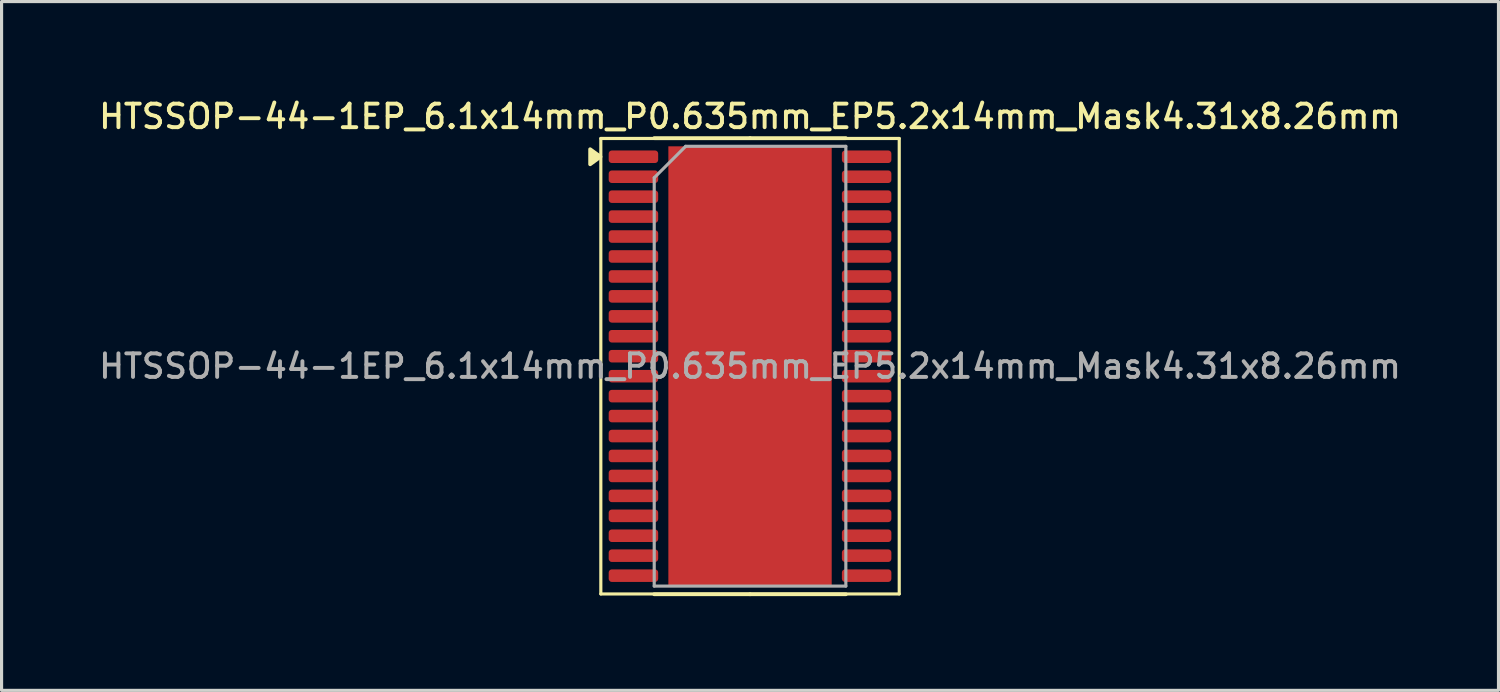
<source format=kicad_pcb>
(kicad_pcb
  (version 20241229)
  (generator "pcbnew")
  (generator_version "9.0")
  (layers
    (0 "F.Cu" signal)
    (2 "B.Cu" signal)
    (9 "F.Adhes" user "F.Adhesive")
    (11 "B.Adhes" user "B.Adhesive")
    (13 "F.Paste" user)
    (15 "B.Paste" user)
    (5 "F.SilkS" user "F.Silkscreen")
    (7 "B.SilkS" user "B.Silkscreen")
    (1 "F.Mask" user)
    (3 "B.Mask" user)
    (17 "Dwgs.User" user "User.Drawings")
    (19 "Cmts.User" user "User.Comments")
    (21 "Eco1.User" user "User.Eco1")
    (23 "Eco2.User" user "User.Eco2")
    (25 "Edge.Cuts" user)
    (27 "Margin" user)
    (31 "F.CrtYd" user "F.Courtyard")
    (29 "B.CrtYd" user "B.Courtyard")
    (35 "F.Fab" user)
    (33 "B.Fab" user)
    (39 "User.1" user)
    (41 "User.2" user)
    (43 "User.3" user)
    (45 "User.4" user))
  (footprint "HTSSOP-44-1EP_6.1x14mm_P0.635mm_EP5.2x14mm_Mask4.31x8.26mm"
    (layer "F.Cu")
    (at 20.827 8.608)
    (property "Reference" "HTSSOP-44-1EP_6.1x14mm_P0.635mm_EP5.2x14mm_Mask4.31x8.26mm" (at 0 -7.95 0) (layer "F.SilkS") (effects (font (size 0.75 0.75) (thickness 0.125))))
    (attr smd)
    (fp_line (start -4.75 -7.25) (end -4.75 7.25) (stroke (width 0.1) (type solid)) (layer "F.SilkS"))
    (fp_line (start -4.75 7.25) (end 4.75 7.25) (stroke (width 0.1) (type solid)) (layer "F.SilkS"))
    (fp_line (start 0 -7.26) (end -3.05 -7.26) (stroke (width 0.12) (type solid)) (layer "F.SilkS"))
    (fp_line (start 0 -7.26) (end 3.05 -7.26) (stroke (width 0.12) (type solid)) (layer "F.SilkS"))
    (fp_line (start 0 7.26) (end -3.05 7.26) (stroke (width 0.12) (type solid)) (layer "F.SilkS"))
    (fp_line (start 0 7.26) (end 3.05 7.26) (stroke (width 0.12) (type solid)) (layer "F.SilkS"))
    (fp_line (start 4.75 -7.25) (end -4.75 -7.25) (stroke (width 0.1) (type solid)) (layer "F.SilkS"))
    (fp_line (start 4.75 7.25) (end 4.75 -7.25) (stroke (width 0.1) (type solid)) (layer "F.SilkS"))
    (fp_poly (pts (xy -4.76 -6.668) (xy -5.09 -6.907) (xy -5.09 -6.428) (xy -4.76 -6.668)) (stroke (width 0.12) (type solid)) (fill yes) (layer "F.SilkS"))
    (fp_line (start -3.05 -6) (end -2.05 -7) (stroke (width 0.1) (type solid)) (layer "F.Fab"))
    (fp_line (start -3.05 7) (end -3.05 -6) (stroke (width 0.1) (type solid)) (layer "F.Fab"))
    (fp_line (start -2.05 -7) (end 3.05 -7) (stroke (width 0.1) (type solid)) (layer "F.Fab"))
    (fp_line (start 3.05 -7) (end 3.05 7) (stroke (width 0.1) (type solid)) (layer "F.Fab"))
    (fp_line (start 3.05 7) (end -3.05 7) (stroke (width 0.1) (type solid)) (layer "F.Fab"))
    (fp_text user "${REFERENCE}" (at 0 0 0) (layer "F.Fab") (effects (font (size 0.75 0.75) (thickness 0.125))))
    (pad "" smd roundrect (at -1.44 -3.3) (size 1.16 1.33) (layers "F.Paste") (roundrect_rratio 0.216))
    (pad "" smd roundrect (at -1.44 -1.65) (size 1.16 1.33) (layers "F.Paste") (roundrect_rratio 0.216))
    (pad "" smd roundrect (at -1.44 0) (size 1.16 1.33) (layers "F.Paste") (roundrect_rratio 0.216))
    (pad "" smd roundrect (at -1.44 1.65) (size 1.16 1.33) (layers "F.Paste") (roundrect_rratio 0.216))
    (pad "" smd roundrect (at -1.44 3.3) (size 1.16 1.33) (layers "F.Paste") (roundrect_rratio 0.216))
    (pad "" smd roundrect (at 0 -3.3) (size 1.16 1.33) (layers "F.Paste") (roundrect_rratio 0.216))
    (pad "" smd roundrect (at 0 -1.65) (size 1.16 1.33) (layers "F.Paste") (roundrect_rratio 0.216))
    (pad "" smd roundrect (at 0 0) (size 1.16 1.33) (layers "F.Paste") (roundrect_rratio 0.216))
    (pad "" smd rect (at 0 0) (size 4.31 8.26) (layers "F.Mask"))
    (pad "" smd roundrect (at 0 1.65) (size 1.16 1.33) (layers "F.Paste") (roundrect_rratio 0.216))
    (pad "" smd roundrect (at 0 3.3) (size 1.16 1.33) (layers "F.Paste") (roundrect_rratio 0.216))
    (pad "" smd roundrect (at 1.44 -3.3) (size 1.16 1.33) (layers "F.Paste") (roundrect_rratio 0.216))
    (pad "" smd roundrect (at 1.44 -1.65) (size 1.16 1.33) (layers "F.Paste") (roundrect_rratio 0.216))
    (pad "" smd roundrect (at 1.44 0) (size 1.16 1.33) (layers "F.Paste") (roundrect_rratio 0.216))
    (pad "" smd roundrect (at 1.44 1.65) (size 1.16 1.33) (layers "F.Paste") (roundrect_rratio 0.216))
    (pad "" smd roundrect (at 1.44 3.3) (size 1.16 1.33) (layers "F.Paste") (roundrect_rratio 0.216))
    (pad "1" smd roundrect (at -3.712 -6.668) (size 1.575 0.4) (layers "F.Cu" "F.Mask" "F.Paste") (roundrect_rratio 0.25))
    (pad "2" smd roundrect (at -3.712 -6.032) (size 1.575 0.4) (layers "F.Cu" "F.Mask" "F.Paste") (roundrect_rratio 0.25))
    (pad "3" smd roundrect (at -3.712 -5.397) (size 1.575 0.4) (layers "F.Cu" "F.Mask" "F.Paste") (roundrect_rratio 0.25))
    (pad "4" smd roundrect (at -3.712 -4.763) (size 1.575 0.4) (layers "F.Cu" "F.Mask" "F.Paste") (roundrect_rratio 0.25))
    (pad "5" smd roundrect (at -3.712 -4.128) (size 1.575 0.4) (layers "F.Cu" "F.Mask" "F.Paste") (roundrect_rratio 0.25))
    (pad "6" smd roundrect (at -3.712 -3.493) (size 1.575 0.4) (layers "F.Cu" "F.Mask" "F.Paste") (roundrect_rratio 0.25))
    (pad "7" smd roundrect (at -3.712 -2.857) (size 1.575 0.4) (layers "F.Cu" "F.Mask" "F.Paste") (roundrect_rratio 0.25))
    (pad "8" smd roundrect (at -3.712 -2.223) (size 1.575 0.4) (layers "F.Cu" "F.Mask" "F.Paste") (roundrect_rratio 0.25))
    (pad "9" smd roundrect (at -3.712 -1.587) (size 1.575 0.4) (layers "F.Cu" "F.Mask" "F.Paste") (roundrect_rratio 0.25))
    (pad "10" smd roundrect (at -3.712 -0.953) (size 1.575 0.4) (layers "F.Cu" "F.Mask" "F.Paste") (roundrect_rratio 0.25))
    (pad "11" smd roundrect (at -3.712 -0.318) (size 1.575 0.4) (layers "F.Cu" "F.Mask" "F.Paste") (roundrect_rratio 0.25))
    (pad "12" smd roundrect (at -3.712 0.318) (size 1.575 0.4) (layers "F.Cu" "F.Mask" "F.Paste") (roundrect_rratio 0.25))
    (pad "13" smd roundrect (at -3.712 0.953) (size 1.575 0.4) (layers "F.Cu" "F.Mask" "F.Paste") (roundrect_rratio 0.25))
    (pad "14" smd roundrect (at -3.712 1.587) (size 1.575 0.4) (layers "F.Cu" "F.Mask" "F.Paste") (roundrect_rratio 0.25))
    (pad "15" smd roundrect (at -3.712 2.223) (size 1.575 0.4) (layers "F.Cu" "F.Mask" "F.Paste") (roundrect_rratio 0.25))
    (pad "16" smd roundrect (at -3.712 2.857) (size 1.575 0.4) (layers "F.Cu" "F.Mask" "F.Paste") (roundrect_rratio 0.25))
    (pad "17" smd roundrect (at -3.712 3.493) (size 1.575 0.4) (layers "F.Cu" "F.Mask" "F.Paste") (roundrect_rratio 0.25))
    (pad "18" smd roundrect (at -3.712 4.128) (size 1.575 0.4) (layers "F.Cu" "F.Mask" "F.Paste") (roundrect_rratio 0.25))
    (pad "19" smd roundrect (at -3.712 4.763) (size 1.575 0.4) (layers "F.Cu" "F.Mask" "F.Paste") (roundrect_rratio 0.25))
    (pad "20" smd roundrect (at -3.712 5.397) (size 1.575 0.4) (layers "F.Cu" "F.Mask" "F.Paste") (roundrect_rratio 0.25))
    (pad "21" smd roundrect (at -3.712 6.032) (size 1.575 0.4) (layers "F.Cu" "F.Mask" "F.Paste") (roundrect_rratio 0.25))
    (pad "22" smd roundrect (at -3.712 6.668) (size 1.575 0.4) (layers "F.Cu" "F.Mask" "F.Paste") (roundrect_rratio 0.25))
    (pad "23" smd roundrect (at 3.712 6.668) (size 1.575 0.4) (layers "F.Cu" "F.Mask" "F.Paste") (roundrect_rratio 0.25))
    (pad "24" smd roundrect (at 3.712 6.032) (size 1.575 0.4) (layers "F.Cu" "F.Mask" "F.Paste") (roundrect_rratio 0.25))
    (pad "25" smd roundrect (at 3.712 5.397) (size 1.575 0.4) (layers "F.Cu" "F.Mask" "F.Paste") (roundrect_rratio 0.25))
    (pad "26" smd roundrect (at 3.712 4.763) (size 1.575 0.4) (layers "F.Cu" "F.Mask" "F.Paste") (roundrect_rratio 0.25))
    (pad "27" smd roundrect (at 3.712 4.128) (size 1.575 0.4) (layers "F.Cu" "F.Mask" "F.Paste") (roundrect_rratio 0.25))
    (pad "28" smd roundrect (at 3.712 3.493) (size 1.575 0.4) (layers "F.Cu" "F.Mask" "F.Paste") (roundrect_rratio 0.25))
    (pad "29" smd roundrect (at 3.712 2.857) (size 1.575 0.4) (layers "F.Cu" "F.Mask" "F.Paste") (roundrect_rratio 0.25))
    (pad "30" smd roundrect (at 3.712 2.223) (size 1.575 0.4) (layers "F.Cu" "F.Mask" "F.Paste") (roundrect_rratio 0.25))
    (pad "31" smd roundrect (at 3.712 1.587) (size 1.575 0.4) (layers "F.Cu" "F.Mask" "F.Paste") (roundrect_rratio 0.25))
    (pad "32" smd roundrect (at 3.712 0.953) (size 1.575 0.4) (layers "F.Cu" "F.Mask" "F.Paste") (roundrect_rratio 0.25))
    (pad "33" smd roundrect (at 3.712 0.318) (size 1.575 0.4) (layers "F.Cu" "F.Mask" "F.Paste") (roundrect_rratio 0.25))
    (pad "34" smd roundrect (at 3.712 -0.318) (size 1.575 0.4) (layers "F.Cu" "F.Mask" "F.Paste") (roundrect_rratio 0.25))
    (pad "35" smd roundrect (at 3.712 -0.953) (size 1.575 0.4) (layers "F.Cu" "F.Mask" "F.Paste") (roundrect_rratio 0.25))
    (pad "36" smd roundrect (at 3.712 -1.587) (size 1.575 0.4) (layers "F.Cu" "F.Mask" "F.Paste") (roundrect_rratio 0.25))
    (pad "37" smd roundrect (at 3.712 -2.223) (size 1.575 0.4) (layers "F.Cu" "F.Mask" "F.Paste") (roundrect_rratio 0.25))
    (pad "38" smd roundrect (at 3.712 -2.857) (size 1.575 0.4) (layers "F.Cu" "F.Mask" "F.Paste") (roundrect_rratio 0.25))
    (pad "39" smd roundrect (at 3.712 -3.493) (size 1.575 0.4) (layers "F.Cu" "F.Mask" "F.Paste") (roundrect_rratio 0.25))
    (pad "40" smd roundrect (at 3.712 -4.128) (size 1.575 0.4) (layers "F.Cu" "F.Mask" "F.Paste") (roundrect_rratio 0.25))
    (pad "41" smd roundrect (at 3.712 -4.763) (size 1.575 0.4) (layers "F.Cu" "F.Mask" "F.Paste") (roundrect_rratio 0.25))
    (pad "42" smd roundrect (at 3.712 -5.397) (size 1.575 0.4) (layers "F.Cu" "F.Mask" "F.Paste") (roundrect_rratio 0.25))
    (pad "43" smd roundrect (at 3.712 -6.032) (size 1.575 0.4) (layers "F.Cu" "F.Mask" "F.Paste") (roundrect_rratio 0.25))
    (pad "44" smd roundrect (at 3.712 -6.668) (size 1.575 0.4) (layers "F.Cu" "F.Mask" "F.Paste") (roundrect_rratio 0.25))
    (pad "45" smd rect (at 0 0) (size 5.2 14) (property pad_prop_heatsink) (layers "F.Cu")))
  (gr_rect
    (start -3 -3)
    (end 44.654 18.928)
    (stroke (width 0.1) (type default))
    (fill no)
    (layer "Edge.Cuts")))
</source>
